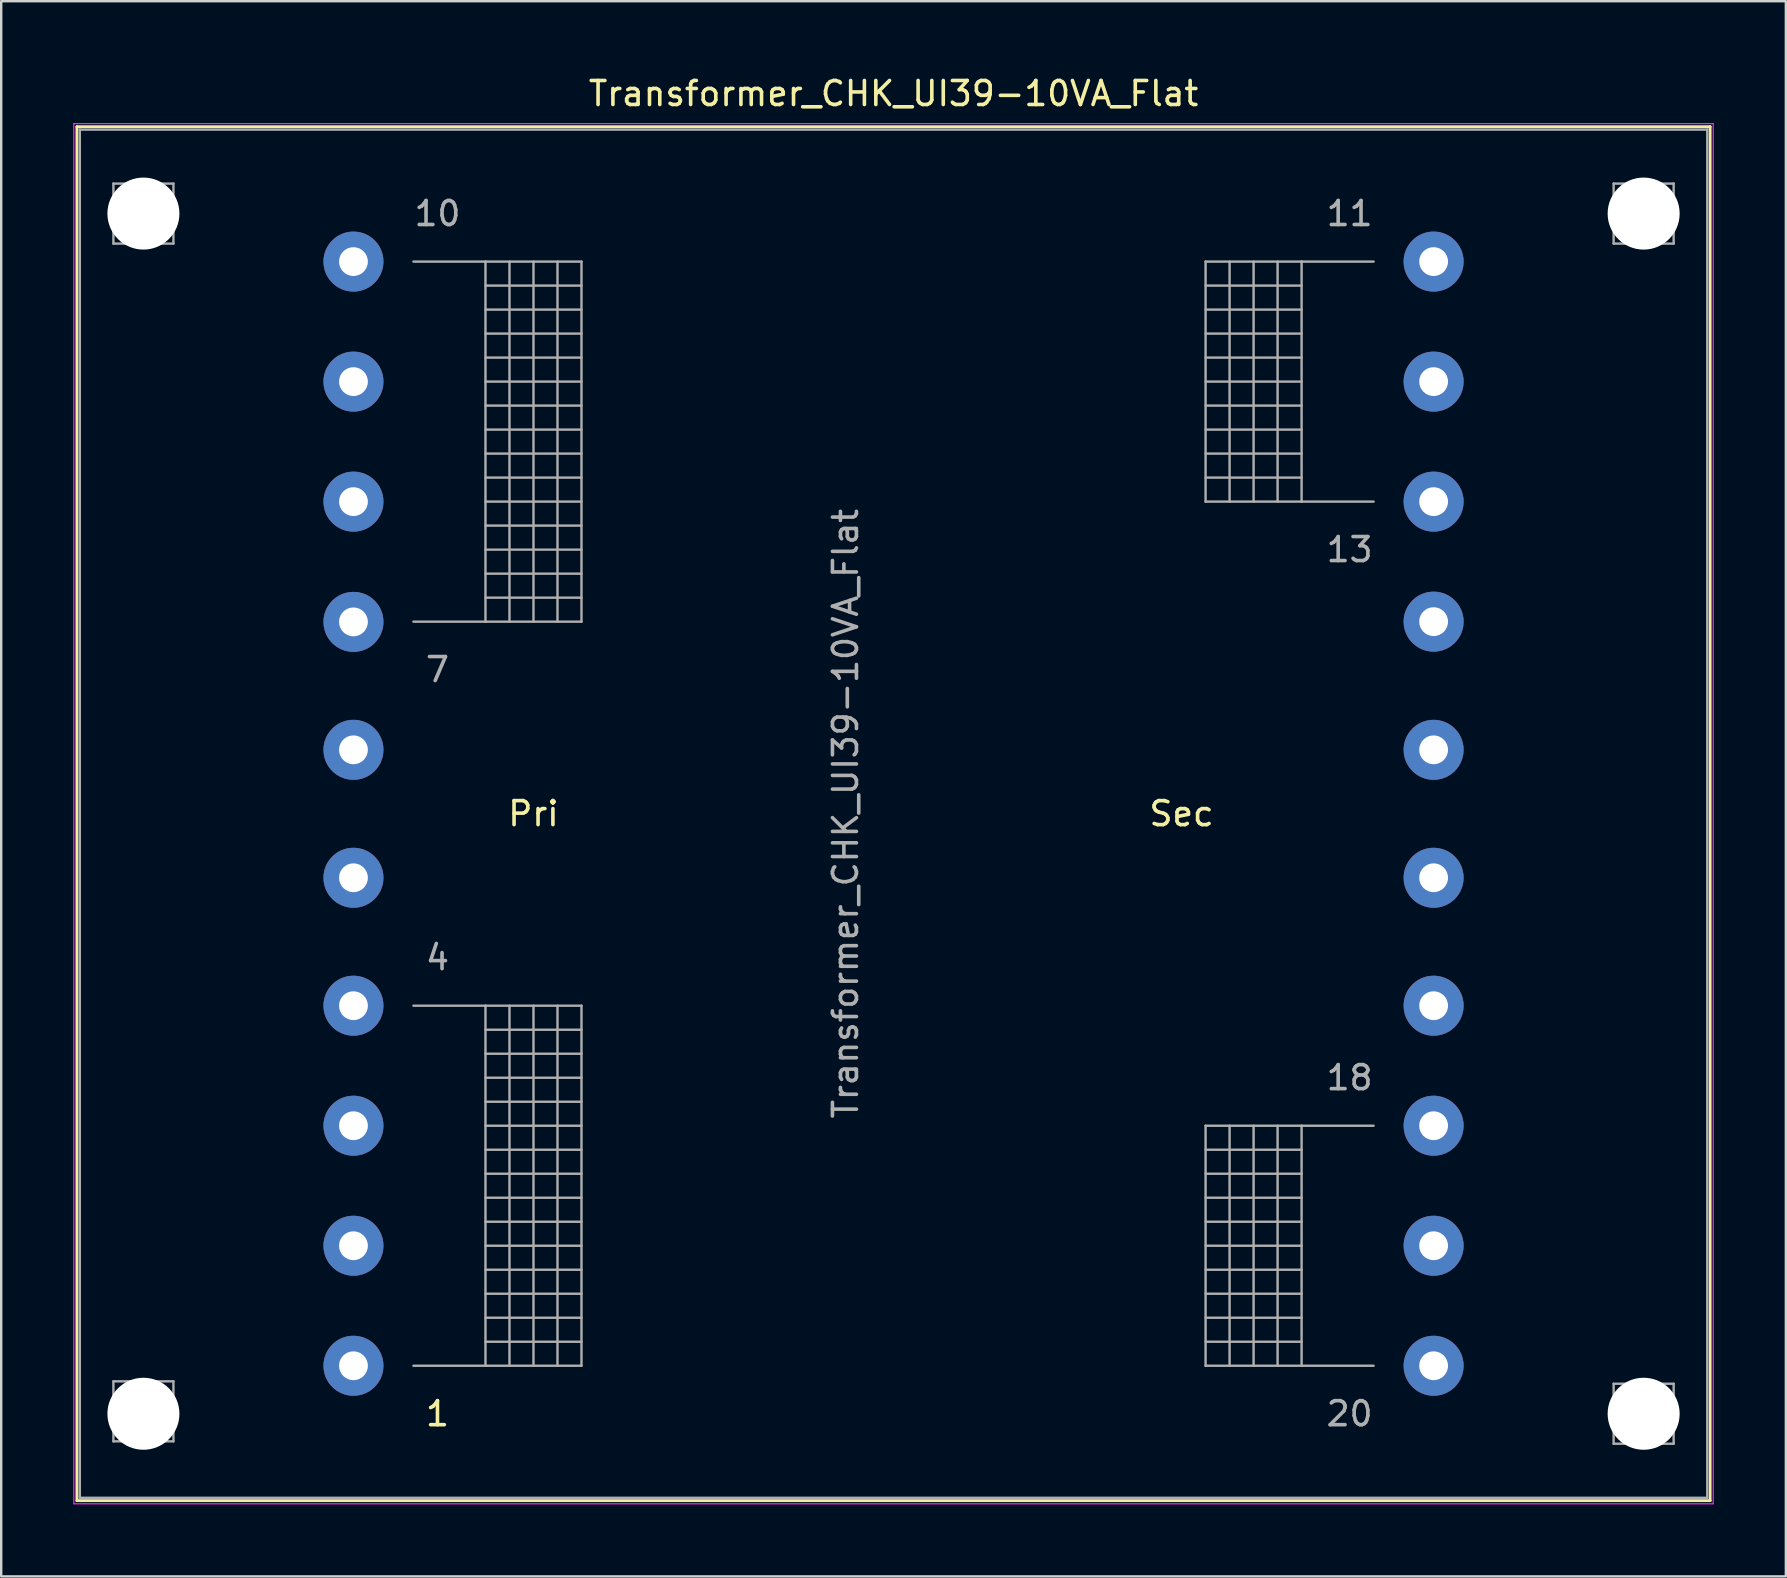
<source format=kicad_pcb>
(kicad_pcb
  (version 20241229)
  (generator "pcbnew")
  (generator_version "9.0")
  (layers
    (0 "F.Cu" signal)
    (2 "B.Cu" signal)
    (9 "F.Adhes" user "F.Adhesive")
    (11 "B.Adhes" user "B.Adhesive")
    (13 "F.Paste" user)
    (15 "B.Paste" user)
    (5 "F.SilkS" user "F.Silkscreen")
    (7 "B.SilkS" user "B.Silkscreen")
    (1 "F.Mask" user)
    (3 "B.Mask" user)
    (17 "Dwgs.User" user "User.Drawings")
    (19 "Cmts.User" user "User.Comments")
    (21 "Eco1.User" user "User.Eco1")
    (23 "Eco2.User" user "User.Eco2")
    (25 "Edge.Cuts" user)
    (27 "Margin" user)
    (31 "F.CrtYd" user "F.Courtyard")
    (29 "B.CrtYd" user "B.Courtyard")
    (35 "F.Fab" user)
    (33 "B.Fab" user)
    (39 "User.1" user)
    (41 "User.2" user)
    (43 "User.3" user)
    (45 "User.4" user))
  (footprint "Transformer_CHK_UI39-10VA_Flat"
    (layer "F.Cu")
    (at 11.675 53.848)
    (property "Reference" "Transformer_CHK_UI39-10VA_Flat" (at 22.5 -53 0) (layer "F.SilkS") (effects (font (size 1 1) (thickness 0.15))))
    (attr through_hole)
    (fp_line (start -11.52 -51.62) (end -11.52 5.62) (stroke (width 0.12) (type solid)) (layer "F.SilkS"))
    (fp_line (start -11.52 -51.62) (end 56.52 -51.62) (stroke (width 0.12) (type solid)) (layer "F.SilkS"))
    (fp_line (start 56.52 5.62) (end -11.52 5.62) (stroke (width 0.12) (type solid)) (layer "F.SilkS"))
    (fp_line (start 56.52 5.62) (end 56.52 -51.62) (stroke (width 0.12) (type solid)) (layer "F.SilkS"))
    (fp_line (start -11.65 -51.75) (end -11.65 5.75) (stroke (width 0.05) (type solid)) (layer "F.CrtYd"))
    (fp_line (start -11.65 -51.75) (end 56.65 -51.75) (stroke (width 0.05) (type solid)) (layer "F.CrtYd"))
    (fp_line (start 56.65 5.75) (end -11.65 5.75) (stroke (width 0.05) (type solid)) (layer "F.CrtYd"))
    (fp_line (start 56.65 5.75) (end 56.65 -51.75) (stroke (width 0.05) (type solid)) (layer "F.CrtYd"))
    (fp_line (start -11.4 -51.5) (end -11.4 5.5) (stroke (width 0.1) (type solid)) (layer "F.Fab"))
    (fp_line (start -11.4 5.5) (end 56.4 5.5) (stroke (width 0.1) (type solid)) (layer "F.Fab"))
    (fp_line (start -10 -49.25) (end -10 -46.75) (stroke (width 0.1) (type solid)) (layer "F.Fab"))
    (fp_line (start -10 -46.75) (end -7.5 -46.75) (stroke (width 0.1) (type solid)) (layer "F.Fab"))
    (fp_line (start -10 0.65) (end -10 3.15) (stroke (width 0.1) (type solid)) (layer "F.Fab"))
    (fp_line (start -10 3.15) (end -7.5 3.15) (stroke (width 0.1) (type solid)) (layer "F.Fab"))
    (fp_line (start -8.75 -49.25) (end -10 -49.25) (stroke (width 0.1) (type solid)) (layer "F.Fab"))
    (fp_line (start -8.75 0.65) (end -10 0.65) (stroke (width 0.1) (type solid)) (layer "F.Fab"))
    (fp_line (start -7.5 -49.25) (end -8.75 -49.25) (stroke (width 0.1) (type solid)) (layer "F.Fab"))
    (fp_line (start -7.5 -46.75) (end -7.5 -49.25) (stroke (width 0.1) (type solid)) (layer "F.Fab"))
    (fp_line (start -7.5 0.65) (end -8.75 0.65) (stroke (width 0.1) (type solid)) (layer "F.Fab"))
    (fp_line (start -7.5 3.15) (end -7.5 0.65) (stroke (width 0.1) (type solid)) (layer "F.Fab"))
    (fp_line (start 2.5 -46) (end 5.5 -46) (stroke (width 0.1) (type solid)) (layer "F.Fab"))
    (fp_line (start 2.5 -15) (end 5.5 -15) (stroke (width 0.1) (type solid)) (layer "F.Fab"))
    (fp_line (start 5.5 -46) (end 5.5 -31) (stroke (width 0.1) (type solid)) (layer "F.Fab"))
    (fp_line (start 5.5 -46) (end 9.5 -46) (stroke (width 0.1) (type solid)) (layer "F.Fab"))
    (fp_line (start 5.5 -45) (end 9.5 -45) (stroke (width 0.1) (type solid)) (layer "F.Fab"))
    (fp_line (start 5.5 -44) (end 9.5 -44) (stroke (width 0.1) (type solid)) (layer "F.Fab"))
    (fp_line (start 5.5 -43) (end 9.5 -43) (stroke (width 0.1) (type solid)) (layer "F.Fab"))
    (fp_line (start 5.5 -42) (end 9.5 -42) (stroke (width 0.1) (type solid)) (layer "F.Fab"))
    (fp_line (start 5.5 -41) (end 9.5 -41) (stroke (width 0.1) (type solid)) (layer "F.Fab"))
    (fp_line (start 5.5 -40) (end 9.5 -40) (stroke (width 0.1) (type solid)) (layer "F.Fab"))
    (fp_line (start 5.5 -39) (end 9.5 -39) (stroke (width 0.1) (type solid)) (layer "F.Fab"))
    (fp_line (start 5.5 -38) (end 9.5 -38) (stroke (width 0.1) (type solid)) (layer "F.Fab"))
    (fp_line (start 5.5 -37) (end 9.5 -37) (stroke (width 0.1) (type solid)) (layer "F.Fab"))
    (fp_line (start 5.5 -36) (end 9.5 -36) (stroke (width 0.1) (type solid)) (layer "F.Fab"))
    (fp_line (start 5.5 -35) (end 9.5 -35) (stroke (width 0.1) (type solid)) (layer "F.Fab"))
    (fp_line (start 5.5 -34) (end 9.5 -34) (stroke (width 0.1) (type solid)) (layer "F.Fab"))
    (fp_line (start 5.5 -33) (end 9.5 -33) (stroke (width 0.1) (type solid)) (layer "F.Fab"))
    (fp_line (start 5.5 -32) (end 9.5 -32) (stroke (width 0.1) (type solid)) (layer "F.Fab"))
    (fp_line (start 5.5 -31) (end 2.5 -31) (stroke (width 0.1) (type solid)) (layer "F.Fab"))
    (fp_line (start 5.5 -15) (end 5.5 0) (stroke (width 0.1) (type solid)) (layer "F.Fab"))
    (fp_line (start 5.5 -15) (end 9.5 -15) (stroke (width 0.1) (type solid)) (layer "F.Fab"))
    (fp_line (start 5.5 -14) (end 9.5 -14) (stroke (width 0.1) (type solid)) (layer "F.Fab"))
    (fp_line (start 5.5 -13) (end 9.5 -13) (stroke (width 0.1) (type solid)) (layer "F.Fab"))
    (fp_line (start 5.5 -12) (end 9.5 -12) (stroke (width 0.1) (type solid)) (layer "F.Fab"))
    (fp_line (start 5.5 -11) (end 9.5 -11) (stroke (width 0.1) (type solid)) (layer "F.Fab"))
    (fp_line (start 5.5 -10) (end 9.5 -10) (stroke (width 0.1) (type solid)) (layer "F.Fab"))
    (fp_line (start 5.5 -9) (end 9.5 -9) (stroke (width 0.1) (type solid)) (layer "F.Fab"))
    (fp_line (start 5.5 -8) (end 9.5 -8) (stroke (width 0.1) (type solid)) (layer "F.Fab"))
    (fp_line (start 5.5 -7) (end 9.5 -7) (stroke (width 0.1) (type solid)) (layer "F.Fab"))
    (fp_line (start 5.5 -6) (end 9.5 -6) (stroke (width 0.1) (type solid)) (layer "F.Fab"))
    (fp_line (start 5.5 -5) (end 9.5 -5) (stroke (width 0.1) (type solid)) (layer "F.Fab"))
    (fp_line (start 5.5 -4) (end 9.5 -4) (stroke (width 0.1) (type solid)) (layer "F.Fab"))
    (fp_line (start 5.5 -3) (end 9.5 -3) (stroke (width 0.1) (type solid)) (layer "F.Fab"))
    (fp_line (start 5.5 -2) (end 9.5 -2) (stroke (width 0.1) (type solid)) (layer "F.Fab"))
    (fp_line (start 5.5 -1) (end 9.5 -1) (stroke (width 0.1) (type solid)) (layer "F.Fab"))
    (fp_line (start 5.5 0) (end 2.5 0) (stroke (width 0.1) (type solid)) (layer "F.Fab"))
    (fp_line (start 6.5 -46) (end 6.5 -31) (stroke (width 0.1) (type solid)) (layer "F.Fab"))
    (fp_line (start 6.5 -15) (end 6.5 0) (stroke (width 0.1) (type solid)) (layer "F.Fab"))
    (fp_line (start 7.5 -31) (end 7.5 -46) (stroke (width 0.1) (type solid)) (layer "F.Fab"))
    (fp_line (start 7.5 0) (end 7.5 -15) (stroke (width 0.1) (type solid)) (layer "F.Fab"))
    (fp_line (start 8.5 -46) (end 8.5 -31) (stroke (width 0.1) (type solid)) (layer "F.Fab"))
    (fp_line (start 8.5 -15) (end 8.5 0) (stroke (width 0.1) (type solid)) (layer "F.Fab"))
    (fp_line (start 9.5 -46) (end 9.5 -31) (stroke (width 0.1) (type solid)) (layer "F.Fab"))
    (fp_line (start 9.5 -31) (end 5.5 -31) (stroke (width 0.1) (type solid)) (layer "F.Fab"))
    (fp_line (start 9.5 -15) (end 9.5 0) (stroke (width 0.1) (type solid)) (layer "F.Fab"))
    (fp_line (start 9.5 0) (end 5.5 0) (stroke (width 0.1) (type solid)) (layer "F.Fab"))
    (fp_line (start 35.5 -46) (end 35.5 -36) (stroke (width 0.1) (type solid)) (layer "F.Fab"))
    (fp_line (start 35.5 -45) (end 39.5 -45) (stroke (width 0.1) (type solid)) (layer "F.Fab"))
    (fp_line (start 35.5 -44) (end 39.5 -44) (stroke (width 0.1) (type solid)) (layer "F.Fab"))
    (fp_line (start 35.5 -43) (end 39.5 -43) (stroke (width 0.1) (type solid)) (layer "F.Fab"))
    (fp_line (start 35.5 -42) (end 39.5 -42) (stroke (width 0.1) (type solid)) (layer "F.Fab"))
    (fp_line (start 35.5 -41) (end 39.5 -41) (stroke (width 0.1) (type solid)) (layer "F.Fab"))
    (fp_line (start 35.5 -40) (end 39.5 -40) (stroke (width 0.1) (type solid)) (layer "F.Fab"))
    (fp_line (start 35.5 -39) (end 39.5 -39) (stroke (width 0.1) (type solid)) (layer "F.Fab"))
    (fp_line (start 35.5 -38) (end 39.5 -38) (stroke (width 0.1) (type solid)) (layer "F.Fab"))
    (fp_line (start 35.5 -37) (end 39.5 -37) (stroke (width 0.1) (type solid)) (layer "F.Fab"))
    (fp_line (start 35.5 -36) (end 39.5 -36) (stroke (width 0.1) (type solid)) (layer "F.Fab"))
    (fp_line (start 35.5 -10) (end 35.5 0) (stroke (width 0.1) (type solid)) (layer "F.Fab"))
    (fp_line (start 35.5 -9) (end 39.5 -9) (stroke (width 0.1) (type solid)) (layer "F.Fab"))
    (fp_line (start 35.5 -8) (end 39.5 -8) (stroke (width 0.1) (type solid)) (layer "F.Fab"))
    (fp_line (start 35.5 -7) (end 39.5 -7) (stroke (width 0.1) (type solid)) (layer "F.Fab"))
    (fp_line (start 35.5 -6) (end 39.5 -6) (stroke (width 0.1) (type solid)) (layer "F.Fab"))
    (fp_line (start 35.5 -5) (end 39.5 -5) (stroke (width 0.1) (type solid)) (layer "F.Fab"))
    (fp_line (start 35.5 -4) (end 39.5 -4) (stroke (width 0.1) (type solid)) (layer "F.Fab"))
    (fp_line (start 35.5 -3) (end 39.5 -3) (stroke (width 0.1) (type solid)) (layer "F.Fab"))
    (fp_line (start 35.5 -2) (end 39.5 -2) (stroke (width 0.1) (type solid)) (layer "F.Fab"))
    (fp_line (start 35.5 -1) (end 39.5 -1) (stroke (width 0.1) (type solid)) (layer "F.Fab"))
    (fp_line (start 35.5 0) (end 39.5 0) (stroke (width 0.1) (type solid)) (layer "F.Fab"))
    (fp_line (start 36.5 -46) (end 36.5 -36) (stroke (width 0.1) (type solid)) (layer "F.Fab"))
    (fp_line (start 36.5 -10) (end 36.5 0) (stroke (width 0.1) (type solid)) (layer "F.Fab"))
    (fp_line (start 37.5 -36) (end 37.5 -46) (stroke (width 0.1) (type solid)) (layer "F.Fab"))
    (fp_line (start 37.5 0) (end 37.5 -10) (stroke (width 0.1) (type solid)) (layer "F.Fab"))
    (fp_line (start 38.5 -46) (end 38.5 -36) (stroke (width 0.1) (type solid)) (layer "F.Fab"))
    (fp_line (start 38.5 -10) (end 38.5 0) (stroke (width 0.1) (type solid)) (layer "F.Fab"))
    (fp_line (start 39.5 -46) (end 35.5 -46) (stroke (width 0.1) (type solid)) (layer "F.Fab"))
    (fp_line (start 39.5 -46) (end 39.5 -36) (stroke (width 0.1) (type solid)) (layer "F.Fab"))
    (fp_line (start 39.5 -36) (end 42.5 -36) (stroke (width 0.1) (type solid)) (layer "F.Fab"))
    (fp_line (start 39.5 -10) (end 35.5 -10) (stroke (width 0.1) (type solid)) (layer "F.Fab"))
    (fp_line (start 39.5 -10) (end 39.5 0) (stroke (width 0.1) (type solid)) (layer "F.Fab"))
    (fp_line (start 39.5 0) (end 42.5 0) (stroke (width 0.1) (type solid)) (layer "F.Fab"))
    (fp_line (start 42.5 -46) (end 39.5 -46) (stroke (width 0.1) (type solid)) (layer "F.Fab"))
    (fp_line (start 42.5 -10) (end 39.5 -10) (stroke (width 0.1) (type solid)) (layer "F.Fab"))
    (fp_line (start 52.5 -49.25) (end 52.5 -46.75) (stroke (width 0.1) (type solid)) (layer "F.Fab"))
    (fp_line (start 52.5 -46.75) (end 55 -46.75) (stroke (width 0.1) (type solid)) (layer "F.Fab"))
    (fp_line (start 52.5 0.75) (end 52.5 3.25) (stroke (width 0.1) (type solid)) (layer "F.Fab"))
    (fp_line (start 52.5 3.25) (end 55 3.25) (stroke (width 0.1) (type solid)) (layer "F.Fab"))
    (fp_line (start 53.75 -49.25) (end 52.5 -49.25) (stroke (width 0.1) (type solid)) (layer "F.Fab"))
    (fp_line (start 53.75 0.75) (end 52.5 0.75) (stroke (width 0.1) (type solid)) (layer "F.Fab"))
    (fp_line (start 55 -49.25) (end 53.75 -49.25) (stroke (width 0.1) (type solid)) (layer "F.Fab"))
    (fp_line (start 55 -46.75) (end 55 -49.25) (stroke (width 0.1) (type solid)) (layer "F.Fab"))
    (fp_line (start 55 0.75) (end 53.75 0.75) (stroke (width 0.1) (type solid)) (layer "F.Fab"))
    (fp_line (start 55 3.25) (end 55 0.75) (stroke (width 0.1) (type solid)) (layer "F.Fab"))
    (fp_line (start 56.4 -51.5) (end -11.4 -51.5) (stroke (width 0.1) (type solid)) (layer "F.Fab"))
    (fp_line (start 56.4 5.5) (end 56.4 -51.5) (stroke (width 0.1) (type solid)) (layer "F.Fab"))
    (fp_text user "1" (at 3.5 2 0) (layer "F.SilkS") (effects (font (size 1 1) (thickness 0.15))))
    (fp_text user "Sec" (at 34.5 -23 0) (layer "F.SilkS") (effects (font (size 1 1) (thickness 0.15))))
    (fp_text user "Pri" (at 7.5 -23 0) (layer "F.SilkS") (effects (font (size 1 1) (thickness 0.15))))
    (fp_text user "11" (at 41.5 -48 0) (layer "F.Fab") (effects (font (size 1 1) (thickness 0.15))))
    (fp_text user "${REFERENCE}" (at 20.5 -23 90) (layer "F.Fab") (effects (font (size 1 1) (thickness 0.15))))
    (fp_text user "10" (at 3.5 -48 0) (layer "F.Fab") (effects (font (size 1 1) (thickness 0.15))))
    (fp_text user "13" (at 41.5 -34 0) (layer "F.Fab") (effects (font (size 1 1) (thickness 0.15))))
    (fp_text user "20" (at 41.5 2 0) (layer "F.Fab") (effects (font (size 1 1) (thickness 0.15))))
    (fp_text user "4" (at 3.5 -17 0) (layer "F.Fab") (effects (font (size 1 1) (thickness 0.15))))
    (fp_text user "18" (at 41.5 -12 0) (layer "F.Fab") (effects (font (size 1 1) (thickness 0.15))))
    (fp_text user "7" (at 3.5 -29 0) (layer "F.Fab") (effects (font (size 1 1) (thickness 0.15))))
    (pad "" np_thru_hole circle (at -8.75 -48) (size 3 3) (drill 3) (layers "*.Cu" "*.Mask"))
    (pad "" np_thru_hole circle (at -8.75 2) (size 3 3) (drill 3) (layers "*.Cu" "*.Mask"))
    (pad "" np_thru_hole circle (at 53.75 -48) (size 3 3) (drill 3) (layers "*.Cu" "*.Mask"))
    (pad "" np_thru_hole circle (at 53.75 2) (size 3 3) (drill 3) (layers "*.Cu" "*.Mask"))
    (pad "1" thru_hole circle (at 0 0) (size 2.5 2.5) (drill 1.2) (layers "*.Cu" "*.Mask"))
    (pad "2" thru_hole circle (at 0 -5) (size 2.5 2.5) (drill 1.2) (layers "*.Cu" "*.Mask"))
    (pad "3" thru_hole circle (at 0 -10) (size 2.5 2.5) (drill 1.2) (layers "*.Cu" "*.Mask"))
    (pad "4" thru_hole circle (at 0 -15) (size 2.5 2.5) (drill 1.2) (layers "*.Cu" "*.Mask"))
    (pad "5" thru_hole circle (at 0 -20.33) (size 2.5 2.5) (drill 1.2) (layers "*.Cu" "*.Mask"))
    (pad "6" thru_hole circle (at 0 -25.66) (size 2.5 2.5) (drill 1.2) (layers "*.Cu" "*.Mask"))
    (pad "7" thru_hole circle (at 0 -30.99) (size 2.5 2.5) (drill 1.2) (layers "*.Cu" "*.Mask"))
    (pad "8" thru_hole circle (at 0 -36) (size 2.5 2.5) (drill 1.2) (layers "*.Cu" "*.Mask"))
    (pad "9" thru_hole circle (at 0 -41) (size 2.5 2.5) (drill 1.2) (layers "*.Cu" "*.Mask"))
    (pad "10" thru_hole circle (at 0 -46) (size 2.5 2.5) (drill 1.2) (layers "*.Cu" "*.Mask"))
    (pad "11" thru_hole circle (at 45 -46) (size 2.5 2.5) (drill 1.2) (layers "*.Cu" "*.Mask"))
    (pad "12" thru_hole circle (at 45 -41) (size 2.5 2.5) (drill 1.2) (layers "*.Cu" "*.Mask"))
    (pad "13" thru_hole circle (at 45 -36) (size 2.5 2.5) (drill 1.2) (layers "*.Cu" "*.Mask"))
    (pad "14" thru_hole circle (at 45 -31) (size 2.5 2.5) (drill 1.2) (layers "*.Cu" "*.Mask"))
    (pad "15" thru_hole circle (at 45 -25.66) (size 2.5 2.5) (drill 1.2) (layers "*.Cu" "*.Mask"))
    (pad "16" thru_hole circle (at 45 -20.33) (size 2.5 2.5) (drill 1.2) (layers "*.Cu" "*.Mask"))
    (pad "17" thru_hole circle (at 45 -15) (size 2.5 2.5) (drill 1.2) (layers "*.Cu" "*.Mask"))
    (pad "18" thru_hole circle (at 45 -10) (size 2.5 2.5) (drill 1.2) (layers "*.Cu" "*.Mask"))
    (pad "19" thru_hole circle (at 45 -5) (size 2.5 2.5) (drill 1.2) (layers "*.Cu" "*.Mask"))
    (pad "20" thru_hole circle (at 45 0) (size 2.5 2.5) (drill 1.2) (layers "*.Cu" "*.Mask")))
  (gr_rect
    (start -3 -3)
    (end 71.35 62.623)
    (stroke (width 0.1) (type default))
    (fill no)
    (layer "Edge.Cuts")))
</source>
